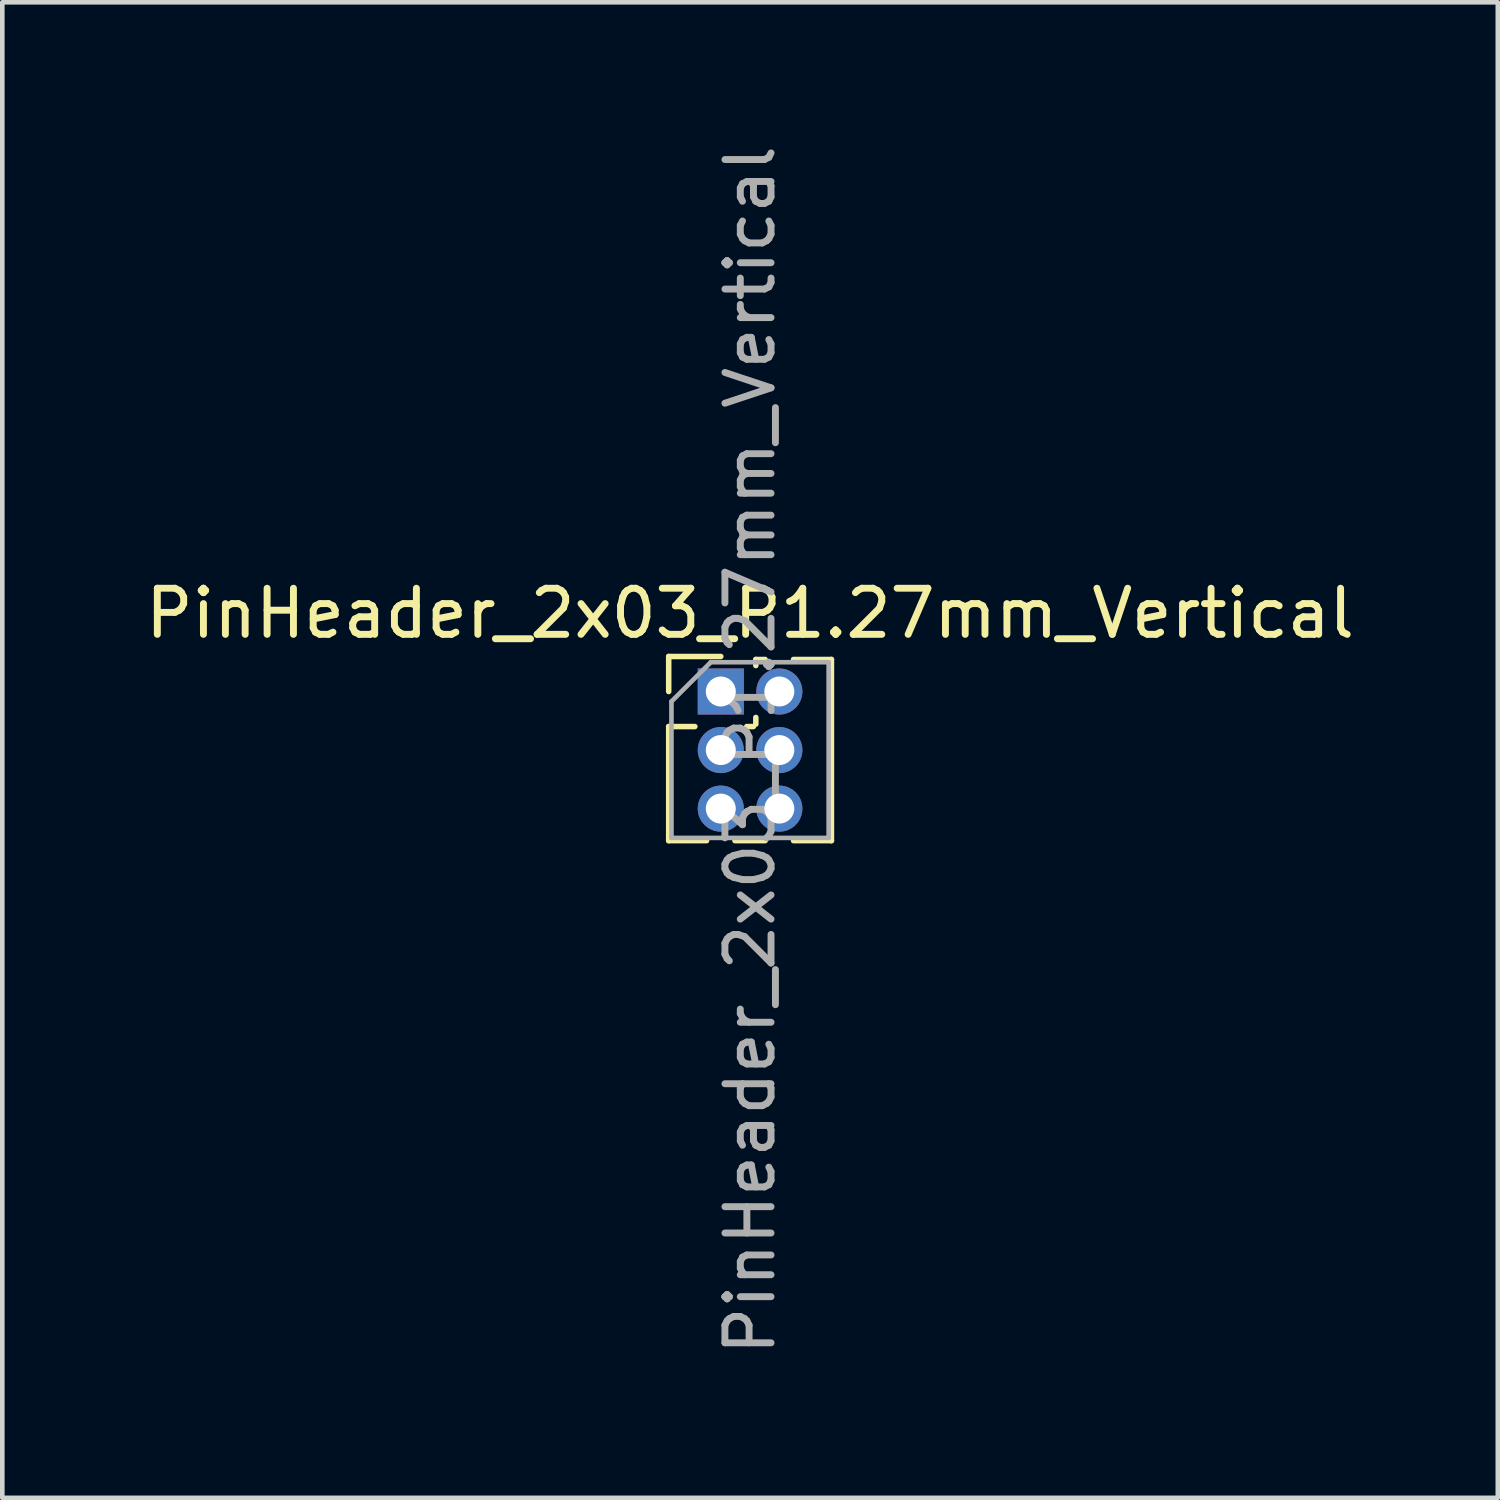
<source format=kicad_pcb>
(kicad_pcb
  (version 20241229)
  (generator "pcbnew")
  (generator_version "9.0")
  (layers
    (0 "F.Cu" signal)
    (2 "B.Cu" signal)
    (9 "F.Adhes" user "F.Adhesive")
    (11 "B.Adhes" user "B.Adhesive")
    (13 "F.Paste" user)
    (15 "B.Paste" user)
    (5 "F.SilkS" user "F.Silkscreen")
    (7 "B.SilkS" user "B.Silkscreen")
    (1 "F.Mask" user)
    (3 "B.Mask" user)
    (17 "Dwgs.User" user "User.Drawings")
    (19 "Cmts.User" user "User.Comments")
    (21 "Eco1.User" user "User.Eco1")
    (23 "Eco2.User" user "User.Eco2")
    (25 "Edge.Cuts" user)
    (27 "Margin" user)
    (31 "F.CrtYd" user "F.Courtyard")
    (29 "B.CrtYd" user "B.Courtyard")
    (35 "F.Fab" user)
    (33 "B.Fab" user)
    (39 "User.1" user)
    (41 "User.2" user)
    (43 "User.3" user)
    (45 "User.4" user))
  (footprint "PinHeader_2x03_P1.27mm_Vertical"
    (layer "F.Cu")
    (at 12.585 11.95)
    (property "Reference" "PinHeader_2x03_P1.27mm_Vertical" (at 0.635 -1.695 0) (layer "F.SilkS") (effects (font (size 1 1) (thickness 0.15))))
    (attr through_hole)
    (fp_line (start -1.13 -0.76) (end 0 -0.76) (stroke (width 0.12) (type solid)) (layer "F.SilkS"))
    (fp_line (start -1.13 0) (end -1.13 -0.76) (stroke (width 0.12) (type solid)) (layer "F.SilkS"))
    (fp_line (start -1.13 0.76) (end -1.13 3.235) (stroke (width 0.12) (type solid)) (layer "F.SilkS"))
    (fp_line (start -1.13 0.76) (end -0.563 0.76) (stroke (width 0.12) (type solid)) (layer "F.SilkS"))
    (fp_line (start -1.13 3.235) (end -0.308 3.235) (stroke (width 0.12) (type solid)) (layer "F.SilkS"))
    (fp_line (start 0.308 3.235) (end 0.962 3.235) (stroke (width 0.12) (type solid)) (layer "F.SilkS"))
    (fp_line (start 0.563 0.76) (end 0.707 0.76) (stroke (width 0.12) (type solid)) (layer "F.SilkS"))
    (fp_line (start 0.76 -0.695) (end 0.962 -0.695) (stroke (width 0.12) (type solid)) (layer "F.SilkS"))
    (fp_line (start 0.76 -0.563) (end 0.76 -0.695) (stroke (width 0.12) (type solid)) (layer "F.SilkS"))
    (fp_line (start 0.76 0.707) (end 0.76 0.563) (stroke (width 0.12) (type solid)) (layer "F.SilkS"))
    (fp_line (start 1.578 -0.695) (end 2.4 -0.695) (stroke (width 0.12) (type solid)) (layer "F.SilkS"))
    (fp_line (start 1.578 3.235) (end 2.4 3.235) (stroke (width 0.12) (type solid)) (layer "F.SilkS"))
    (fp_line (start 2.4 -0.695) (end 2.4 3.235) (stroke (width 0.12) (type solid)) (layer "F.SilkS"))
    (fp_line (start -1.07 0.217) (end -0.217 -0.635) (stroke (width 0.1) (type solid)) (layer "F.Fab"))
    (fp_line (start -1.07 3.175) (end -1.07 0.217) (stroke (width 0.1) (type solid)) (layer "F.Fab"))
    (fp_line (start -0.217 -0.635) (end 2.34 -0.635) (stroke (width 0.1) (type solid)) (layer "F.Fab"))
    (fp_line (start 2.34 -0.635) (end 2.34 3.175) (stroke (width 0.1) (type solid)) (layer "F.Fab"))
    (fp_line (start 2.34 3.175) (end -1.07 3.175) (stroke (width 0.1) (type solid)) (layer "F.Fab"))
    (fp_text user "${REFERENCE}" (at 0.635 1.27 90) (layer "F.Fab") (effects (font (size 1 1) (thickness 0.15))))
    (pad "1" thru_hole rect (at 0 0) (size 1 1) (drill 0.65) (layers "*.Cu" "*.Mask"))
    (pad "2" thru_hole oval (at 1.27 0) (size 1 1) (drill 0.65) (layers "*.Cu" "*.Mask"))
    (pad "3" thru_hole oval (at 0 1.27) (size 1 1) (drill 0.65) (layers "*.Cu" "*.Mask"))
    (pad "4" thru_hole oval (at 1.27 1.27) (size 1 1) (drill 0.65) (layers "*.Cu" "*.Mask"))
    (pad "5" thru_hole oval (at 0 2.54) (size 1 1) (drill 0.65) (layers "*.Cu" "*.Mask"))
    (pad "6" thru_hole oval (at 1.27 2.54) (size 1 1) (drill 0.65) (layers "*.Cu" "*.Mask")))
  (gr_rect
    (start -3 -3)
    (end 29.44 29.44)
    (stroke (width 0.1) (type default))
    (fill no)
    (layer "Edge.Cuts")))
</source>
